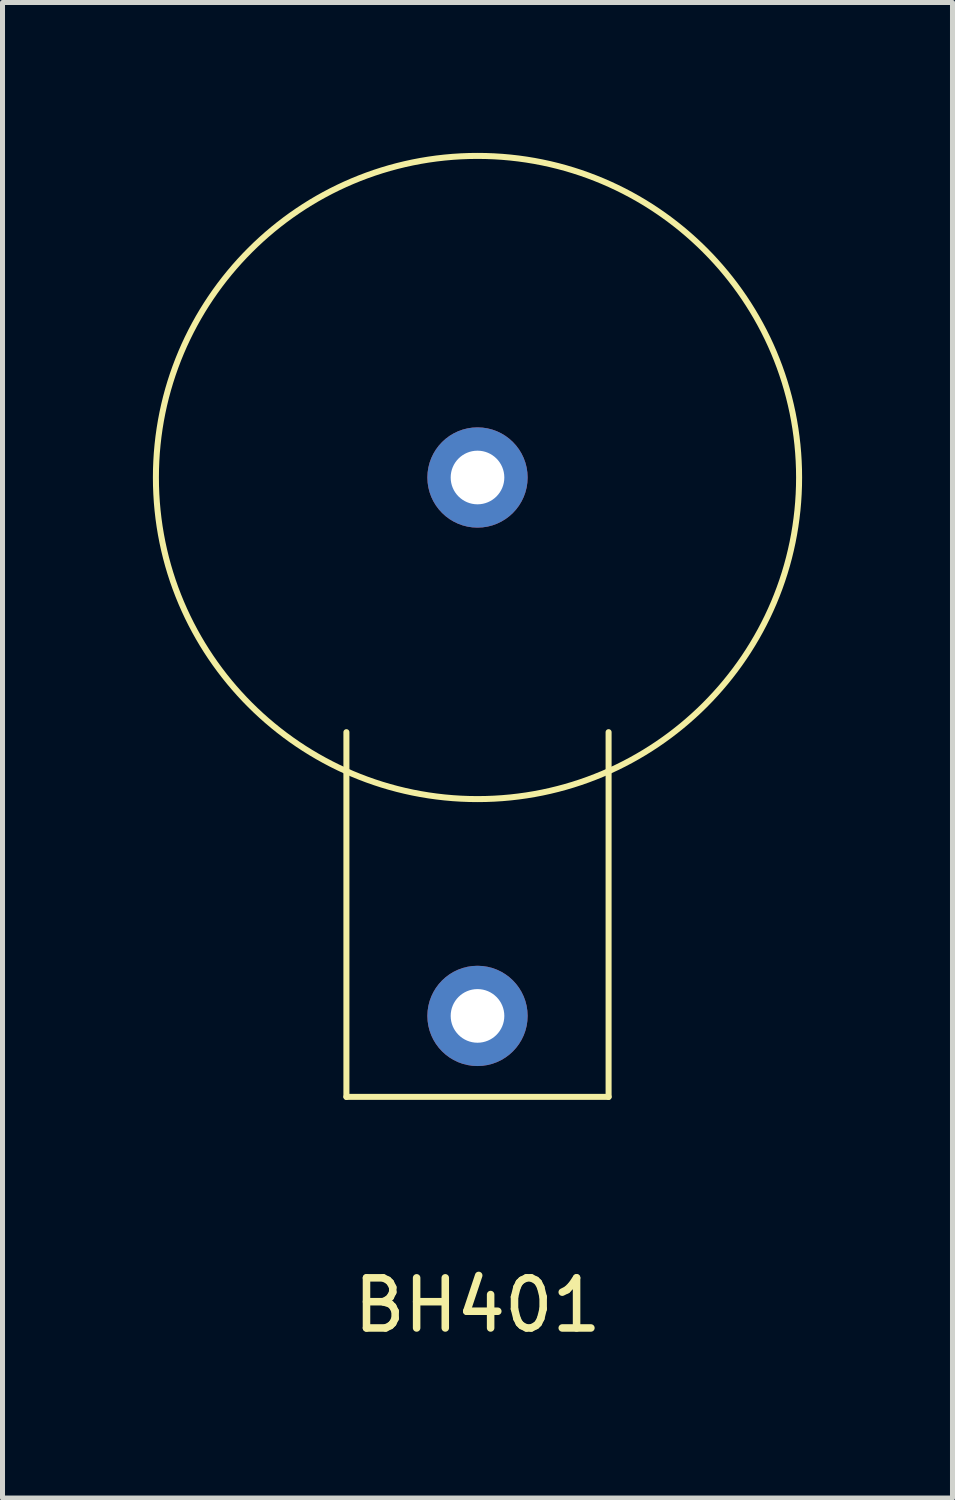
<source format=kicad_pcb>
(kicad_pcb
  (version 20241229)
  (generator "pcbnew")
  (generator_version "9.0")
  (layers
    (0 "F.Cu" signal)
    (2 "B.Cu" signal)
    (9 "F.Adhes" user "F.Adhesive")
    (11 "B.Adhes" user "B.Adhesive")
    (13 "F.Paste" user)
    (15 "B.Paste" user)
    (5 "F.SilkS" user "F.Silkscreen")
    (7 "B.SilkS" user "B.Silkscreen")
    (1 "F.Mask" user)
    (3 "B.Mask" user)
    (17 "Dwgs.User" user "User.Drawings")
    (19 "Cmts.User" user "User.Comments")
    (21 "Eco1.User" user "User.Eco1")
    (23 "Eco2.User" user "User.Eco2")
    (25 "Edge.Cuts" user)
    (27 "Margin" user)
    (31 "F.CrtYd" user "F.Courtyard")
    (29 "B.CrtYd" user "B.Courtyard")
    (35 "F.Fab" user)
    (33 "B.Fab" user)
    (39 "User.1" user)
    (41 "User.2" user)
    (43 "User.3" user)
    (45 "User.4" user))
  (footprint "BH401"
    (layer "F.Cu")
    (at 6.475 6.475)
    (property "Reference" "BH401" (at 0 16.51 0) (layer "F.SilkS") (effects (font (size 1 1) (thickness 0.15))))
    (attr through_hole)
    (fp_line (start -2.615 12.355) (end -2.615 5.08) (stroke (width 0.12) (type solid)) (layer "F.SilkS"))
    (fp_line (start -2.615 12.355) (end 2.615 12.355) (stroke (width 0.12) (type solid)) (layer "F.SilkS"))
    (fp_line (start 2.615 12.355) (end 2.615 5.08) (stroke (width 0.12) (type solid)) (layer "F.SilkS"))
    (fp_circle (center 0 0) (end 6.415 0) (stroke (width 0.12) (type solid)) (fill no) (layer "F.SilkS"))
    (pad "1" thru_hole circle (at 0 10.74) (size 2 2) (drill 1.07) (layers "*.Cu" "*.Mask"))
    (pad "2" thru_hole circle (at 0 0) (size 2 2) (drill 1.07) (layers "*.Cu" "*.Mask")))
  (gr_rect
    (start -3 -3)
    (end 15.95 26.833)
    (stroke (width 0.1) (type default))
    (fill no)
    (layer "Edge.Cuts")))
</source>
